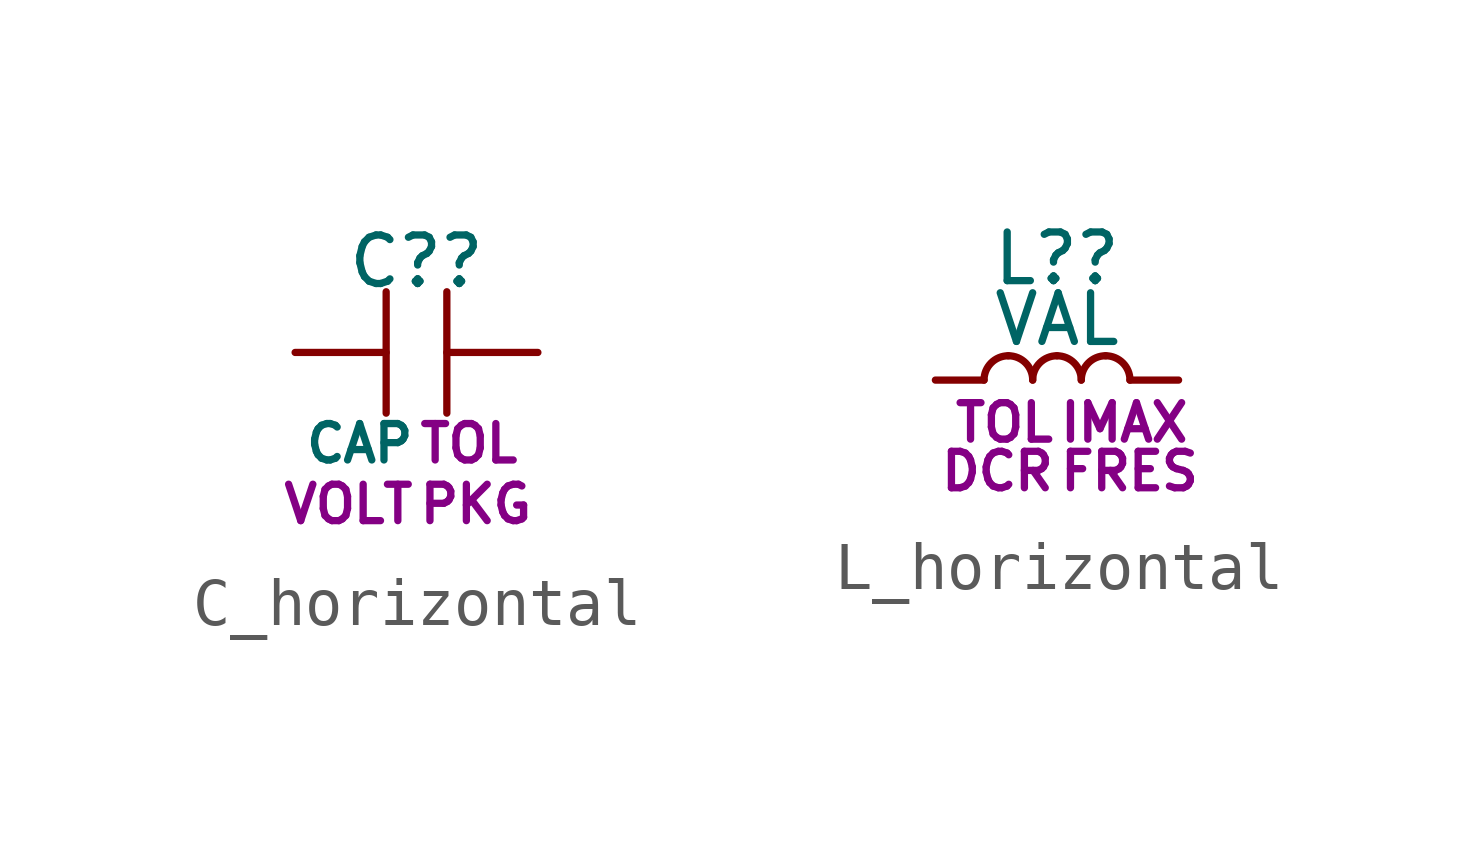
<source format=kicad_sym>
(kicad_symbol_lib
  (version 20231120)
  (generator "kicad_symbol_editor")
  (generator_version "8.0")
  (symbol "C_horizontal"
    (property "Reference" "C?"
      (at 0 1.905 0)
      (do_not_autoplace)
      (effects (font (size 1.016 1.016))))
    (property "Value" "CAP"
      (at 0 -1.905 0)
      (do_not_autoplace)
      (effects (font (size 0.762 0.762)) (justify right)))
    (property "Tolerace" "TOL"
      (at 0 -1.905 0)
      (do_not_autoplace)
      (effects (font (size 0.762 0.762)) (justify left)))
    (property "Voltage Rating" "VOLT"
      (at 0 -3.175 0)
      (do_not_autoplace)
      (effects (font (size 0.762 0.762)) (justify right)))
    (property "Package" "PKG"
      (at 0 -3.175 0)
      (do_not_autoplace)
      (effects (font (size 0.762 0.762)) (justify left)))
    (symbol "C_horizontal_0_1"
      (polyline (pts (xy -0.635 -1.27) (xy -0.635 1.27)) (stroke (width 0) (type default)) (fill (type none)))
      (polyline (pts (xy 0.635 -1.27) (xy 0.635 1.27)) (stroke (width 0) (type default)) (fill (type none))))
    (symbol "C_horizontal_1_1"
      (pin passive line (at -2.54 0 0) (length 1.905) (name "" (effects (font (size 0 0)))) (number "1" (effects (font (size 0 0)))))
      (pin passive line (at 2.54 0 180) (length 1.905) (name "" (effects (font (size 0 0)))) (number "2" (effects (font (size 0 0)))))))
  (symbol "L_horizontal"
    (pin_numbers hide)
    (pin_names hide)
    (property "Reference" "L?"
      (at 0 2.54 0)
      (do_not_autoplace)
      (effects (font (size 1.016 1.016))))
    (property "Value" "VAL"
      (at 0 1.27 0)
      (do_not_autoplace)
      (effects (font (size 1.016 1.016))))
    (property "Tolerance" "TOL"
      (at 0 -0.889 0)
      (do_not_autoplace)
      (effects (font (size 0.762 0.762)) (justify right)))
    (property "Current Rating" "IMAX"
      (at 0 -0.889 0)
      (do_not_autoplace)
      (effects (font (size 0.762 0.762)) (justify left)))
    (property "DC Resistance" "DCR"
      (at 0 -1.905 0)
      (do_not_autoplace)
      (effects (font (size 0.762 0.762)) (justify right)))
    (property "Resonant Frequency" "FRES"
      (at 0 -1.905 0)
      (do_not_autoplace)
      (effects (font (size 0.762 0.762)) (justify left)))
    (symbol "L_horizontal_0_1"
      (arc (start -1.016 0.508) (mid -1.3752 0.3592) (end -1.524 0) (stroke (width 0) (type default)) (fill (type none)))
      (arc (start -0.508 0) (mid -0.6568 0.3592) (end -1.016 0.508) (stroke (width 0) (type default)) (fill (type none)))
      (arc (start 0 0.508) (mid -0.3592 0.3592) (end -0.508 0) (stroke (width 0) (type default)) (fill (type none)))
      (arc (start 0.508 0) (mid 0.3592 0.3592) (end 0 0.508) (stroke (width 0) (type default)) (fill (type none)))
      (arc (start 1.016 0.508) (mid 0.6568 0.3592) (end 0.508 0) (stroke (width 0) (type default)) (fill (type none)))
      (arc (start 1.524 0) (mid 1.3752 0.3592) (end 1.016 0.508) (stroke (width 0) (type default)) (fill (type none))))
    (symbol "L_horizontal_1_0"
      (pin passive line (at -2.54 0 0) (length 1.016) (name "" (effects (font (size 1.27 1.27)))) (number "1" (effects (font (size 1.27 1.27)))))
      (pin passive line (at 2.54 0 180) (length 1.016) (name "" (effects (font (size 1.27 1.27)))) (number "2" (effects (font (size 1.27 1.27))))))))
</source>
